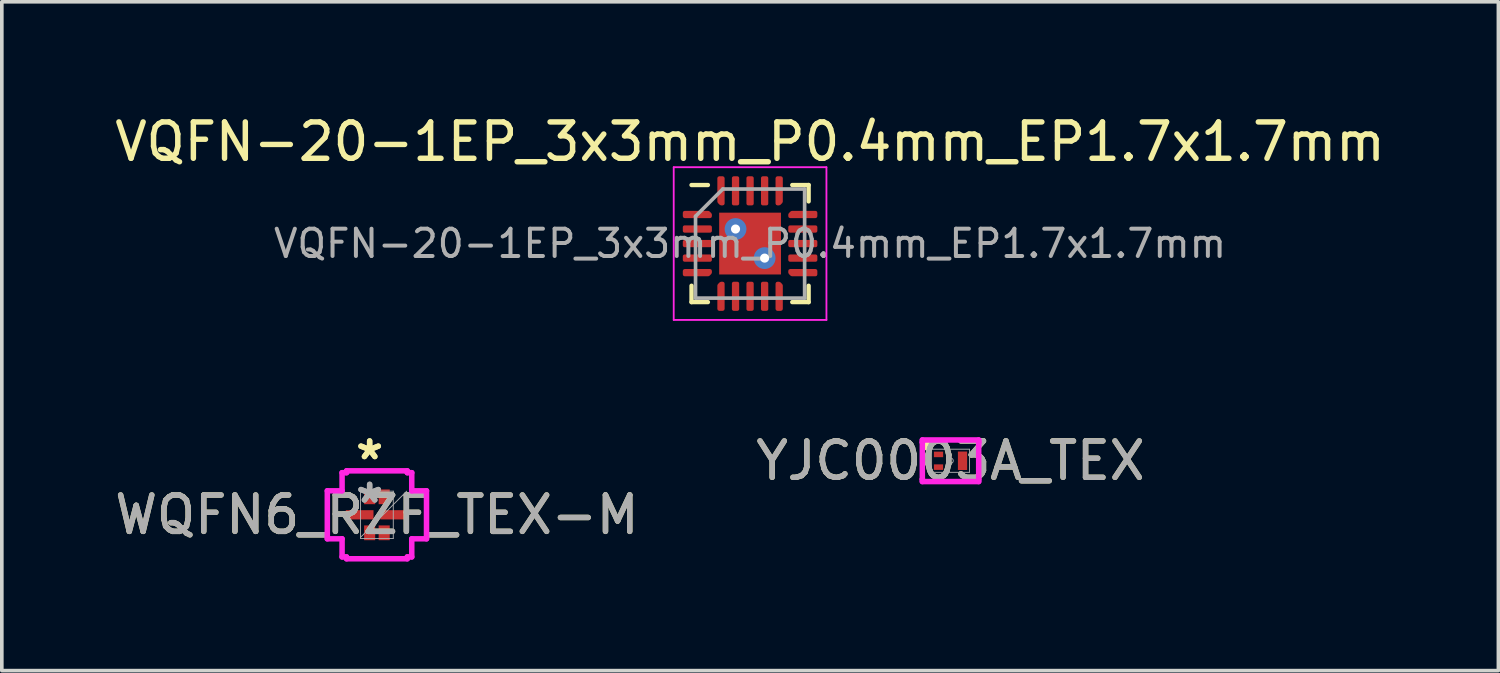
<source format=kicad_pcb>
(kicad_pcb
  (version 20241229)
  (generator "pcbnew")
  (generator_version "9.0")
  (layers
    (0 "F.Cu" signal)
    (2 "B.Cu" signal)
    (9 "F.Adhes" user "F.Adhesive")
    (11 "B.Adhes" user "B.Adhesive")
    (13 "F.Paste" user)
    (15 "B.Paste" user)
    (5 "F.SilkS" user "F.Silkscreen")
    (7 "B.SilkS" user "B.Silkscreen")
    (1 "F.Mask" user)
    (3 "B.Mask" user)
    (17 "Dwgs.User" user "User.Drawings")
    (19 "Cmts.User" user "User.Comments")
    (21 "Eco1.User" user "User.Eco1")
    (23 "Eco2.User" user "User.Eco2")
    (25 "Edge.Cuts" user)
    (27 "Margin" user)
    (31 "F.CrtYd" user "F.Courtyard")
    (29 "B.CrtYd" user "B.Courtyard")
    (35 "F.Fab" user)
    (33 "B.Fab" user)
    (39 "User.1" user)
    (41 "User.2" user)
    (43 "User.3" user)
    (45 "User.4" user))
  (footprint "WQFN6_RZF_TEX-M"
    (layer "F.Cu")
    (at 7.315 11.107)
    (property "Reference" "WQFN6_RZF_TEX-M" (at 0 0 0) (unlocked yes) (layer "F.SilkS") (effects (font (size 1 1) (thickness 0.15))))
    (attr smd)
    (fp_line (start -1.364 -0.66) (end -0.958 -0.66) (stroke (width 0.152) (type solid)) (layer "F.CrtYd"))
    (fp_line (start -1.364 0.66) (end -1.364 -0.66) (stroke (width 0.152) (type solid)) (layer "F.CrtYd"))
    (fp_line (start -0.958 -1.158) (end -0.835 -1.158) (stroke (width 0.152) (type solid)) (layer "F.CrtYd"))
    (fp_line (start -0.958 -0.66) (end -0.958 -1.158) (stroke (width 0.152) (type solid)) (layer "F.CrtYd"))
    (fp_line (start -0.958 0.66) (end -1.364 0.66) (stroke (width 0.152) (type solid)) (layer "F.CrtYd"))
    (fp_line (start -0.958 1.158) (end -0.958 0.66) (stroke (width 0.152) (type solid)) (layer "F.CrtYd"))
    (fp_line (start -0.958 1.158) (end -0.835 1.158) (stroke (width 0.152) (type solid)) (layer "F.CrtYd"))
    (fp_line (start -0.835 -1.209) (end 0.835 -1.209) (stroke (width 0.152) (type solid)) (layer "F.CrtYd"))
    (fp_line (start -0.835 -1.158) (end -0.835 -1.209) (stroke (width 0.152) (type solid)) (layer "F.CrtYd"))
    (fp_line (start -0.835 1.158) (end -0.835 1.209) (stroke (width 0.152) (type solid)) (layer "F.CrtYd"))
    (fp_line (start -0.835 1.209) (end 0.835 1.209) (stroke (width 0.152) (type solid)) (layer "F.CrtYd"))
    (fp_line (start 0.835 -1.209) (end 0.835 -1.158) (stroke (width 0.152) (type solid)) (layer "F.CrtYd"))
    (fp_line (start 0.835 -1.158) (end 0.958 -1.158) (stroke (width 0.152) (type solid)) (layer "F.CrtYd"))
    (fp_line (start 0.835 1.158) (end 0.958 1.158) (stroke (width 0.152) (type solid)) (layer "F.CrtYd"))
    (fp_line (start 0.835 1.209) (end 0.835 1.158) (stroke (width 0.152) (type solid)) (layer "F.CrtYd"))
    (fp_line (start 0.958 -0.66) (end 0.958 -1.158) (stroke (width 0.152) (type solid)) (layer "F.CrtYd"))
    (fp_line (start 0.958 0.66) (end 1.364 0.66) (stroke (width 0.152) (type solid)) (layer "F.CrtYd"))
    (fp_line (start 0.958 1.158) (end 0.958 0.66) (stroke (width 0.152) (type solid)) (layer "F.CrtYd"))
    (fp_line (start 1.364 -0.66) (end 0.958 -0.66) (stroke (width 0.152) (type solid)) (layer "F.CrtYd"))
    (fp_line (start 1.364 0.66) (end 1.364 -0.66) (stroke (width 0.152) (type solid)) (layer "F.CrtYd"))
    (fp_line (start -0.45 -0.65) (end -0.45 0.65) (stroke (width 0.025) (type solid)) (layer "F.Fab"))
    (fp_line (start -0.45 0.62) (end 0.82 -0.65) (stroke (width 0.025) (type solid)) (layer "F.Fab"))
    (fp_line (start -0.45 0.65) (end 0.45 0.65) (stroke (width 0.025) (type solid)) (layer "F.Fab"))
    (fp_line (start 0.45 -0.65) (end -0.45 -0.65) (stroke (width 0.025) (type solid)) (layer "F.Fab"))
    (fp_line (start 0.45 0.65) (end 0.45 -0.65) (stroke (width 0.025) (type solid)) (layer "F.Fab"))
    (fp_text user "*" (at -0.2 -1.486 0) (layer "F.SilkS") (effects (font (size 1 1) (thickness 0.15))))
    (fp_text user "*" (at -0.2 -1.486 0) (unlocked yes) (layer "F.SilkS") (effects (font (size 1 1) (thickness 0.15))))
    (fp_text user "*" (at -0.2 -0.292 0) (unlocked yes) (layer "F.Fab") (effects (font (size 1 1) (thickness 0.15))))
    (fp_text user "${REFERENCE}" (at 0 0 0) (unlocked yes) (layer "F.Fab") (effects (font (size 1 1) (thickness 0.15))))
    (fp_text user "*" (at -0.2 -0.292 0) (layer "F.Fab") (effects (font (size 1 1) (thickness 0.15))))
    (pad "1" smd rect (at -0.2 -0.495) (size 0.305 0.406) (layers "F.Cu" "F.Mask" "F.Paste"))
    (pad "2" smd rect (at -0.475 0 90) (size 0.254 0.762) (layers "F.Cu" "F.Mask" "F.Paste"))
    (pad "3" smd rect (at -0.2 0.495) (size 0.305 0.406) (layers "F.Cu" "F.Mask" "F.Paste"))
    (pad "4" smd rect (at 0.2 0.495) (size 0.305 0.406) (layers "F.Cu" "F.Mask" "F.Paste"))
    (pad "5" smd rect (at 0.475 0 90) (size 0.254 0.762) (layers "F.Cu" "F.Mask" "F.Paste"))
    (pad "6" smd rect (at 0.2 -0.495) (size 0.305 0.406) (layers "F.Cu" "F.Mask" "F.Paste")))
  (footprint "VQFN-20-1EP_3x3mm_P0.4mm_EP1.7x1.7mm"
    (layer "F.Cu")
    (at 17.577 3.648)
    (property "Reference" "VQFN-20-1EP_3x3mm_P0.4mm_EP1.7x1.7mm" (at 0 -2.8 0) (layer "F.SilkS") (effects (font (size 1 1) (thickness 0.15))))
    (attr smd)
    (fp_line (start -1.61 1.61) (end -1.61 1.16) (stroke (width 0.12) (type solid)) (layer "F.SilkS"))
    (fp_line (start -1.16 -1.61) (end -1.61 -1.61) (stroke (width 0.12) (type solid)) (layer "F.SilkS"))
    (fp_line (start -1.16 1.61) (end -1.61 1.61) (stroke (width 0.12) (type solid)) (layer "F.SilkS"))
    (fp_line (start 1.16 -1.61) (end 1.61 -1.61) (stroke (width 0.12) (type solid)) (layer "F.SilkS"))
    (fp_line (start 1.16 1.61) (end 1.61 1.61) (stroke (width 0.12) (type solid)) (layer "F.SilkS"))
    (fp_line (start 1.61 -1.61) (end 1.61 -1.16) (stroke (width 0.12) (type solid)) (layer "F.SilkS"))
    (fp_line (start 1.61 1.61) (end 1.61 1.16) (stroke (width 0.12) (type solid)) (layer "F.SilkS"))
    (fp_line (start -2.1 -2.1) (end -2.1 2.1) (stroke (width 0.05) (type solid)) (layer "F.CrtYd"))
    (fp_line (start -2.1 2.1) (end 2.1 2.1) (stroke (width 0.05) (type solid)) (layer "F.CrtYd"))
    (fp_line (start 2.1 -2.1) (end -2.1 -2.1) (stroke (width 0.05) (type solid)) (layer "F.CrtYd"))
    (fp_line (start 2.1 2.1) (end 2.1 -2.1) (stroke (width 0.05) (type solid)) (layer "F.CrtYd"))
    (fp_line (start -1.5 -0.75) (end -0.75 -1.5) (stroke (width 0.1) (type solid)) (layer "F.Fab"))
    (fp_line (start -1.5 1.5) (end -1.5 -0.75) (stroke (width 0.1) (type solid)) (layer "F.Fab"))
    (fp_line (start -0.75 -1.5) (end 1.5 -1.5) (stroke (width 0.1) (type solid)) (layer "F.Fab"))
    (fp_line (start 1.5 -1.5) (end 1.5 1.5) (stroke (width 0.1) (type solid)) (layer "F.Fab"))
    (fp_line (start 1.5 1.5) (end -1.5 1.5) (stroke (width 0.1) (type solid)) (layer "F.Fab"))
    (fp_text user "${REFERENCE}" (at 0 0 0) (layer "F.Fab") (effects (font (size 0.75 0.75) (thickness 0.11))))
    (pad "" smd roundrect (at -0.425 -0.425) (size 0.69 0.69) (layers "F.Paste") (roundrect_rratio 0.25))
    (pad "" smd roundrect (at -0.425 0.425) (size 0.69 0.69) (layers "F.Paste") (roundrect_rratio 0.25))
    (pad "" smd roundrect (at 0.425 -0.425) (size 0.69 0.69) (layers "F.Paste") (roundrect_rratio 0.25))
    (pad "" smd roundrect (at 0.425 0.425) (size 0.69 0.69) (layers "F.Paste") (roundrect_rratio 0.25))
    (pad "1" smd custom (at -1.45 -0.8) (size 0.143 0.143) (layers "F.Cu" "F.Mask" "F.Paste") (options (anchor circle)) (primitives (gr_poly (pts (xy 0.35 0.001) (xy 0.35 0.05) (xy -0.35 0.05) (xy -0.35 -0.05) (xy 0.299 -0.05)) (width 0.1) (fill yes))))
    (pad "2" smd roundrect (at -1.45 -0.4) (size 0.8 0.2) (layers "F.Cu" "F.Mask" "F.Paste") (roundrect_rratio 0.25))
    (pad "3" smd roundrect (at -1.45 0) (size 0.8 0.2) (layers "F.Cu" "F.Mask" "F.Paste") (roundrect_rratio 0.25))
    (pad "4" smd roundrect (at -1.45 0.4) (size 0.8 0.2) (layers "F.Cu" "F.Mask" "F.Paste") (roundrect_rratio 0.25))
    (pad "5" smd custom (at -1.45 0.8) (size 0.143 0.143) (layers "F.Cu" "F.Mask" "F.Paste") (options (anchor circle)) (primitives (gr_poly (pts (xy 0.35 -0.001) (xy 0.299 0.05) (xy -0.35 0.05) (xy -0.35 -0.05) (xy 0.35 -0.05)) (width 0.1) (fill yes))))
    (pad "6" smd custom (at -0.8 1.45) (size 0.143 0.143) (layers "F.Cu" "F.Mask" "F.Paste") (options (anchor circle)) (primitives (gr_poly (pts (xy 0.05 0.35) (xy -0.05 0.35) (xy -0.05 -0.299) (xy 0.001 -0.35) (xy 0.05 -0.35)) (width 0.1) (fill yes))))
    (pad "7" smd roundrect (at -0.4 1.45) (size 0.2 0.8) (layers "F.Cu" "F.Mask" "F.Paste") (roundrect_rratio 0.25))
    (pad "8" smd roundrect (at 0 1.45) (size 0.2 0.8) (layers "F.Cu" "F.Mask" "F.Paste") (roundrect_rratio 0.25))
    (pad "9" smd roundrect (at 0.4 1.45) (size 0.2 0.8) (layers "F.Cu" "F.Mask" "F.Paste") (roundrect_rratio 0.25))
    (pad "10" smd custom (at 0.8 1.45) (size 0.143 0.143) (layers "F.Cu" "F.Mask" "F.Paste") (options (anchor circle)) (primitives (gr_poly (pts (xy 0.05 -0.299) (xy 0.05 0.35) (xy -0.05 0.35) (xy -0.05 -0.35) (xy -0.001 -0.35)) (width 0.1) (fill yes))))
    (pad "11" smd custom (at 1.45 0.8) (size 0.143 0.143) (layers "F.Cu" "F.Mask" "F.Paste") (options (anchor circle)) (primitives (gr_poly (pts (xy 0.35 0.05) (xy -0.299 0.05) (xy -0.35 -0.001) (xy -0.35 -0.05) (xy 0.35 -0.05)) (width 0.1) (fill yes))))
    (pad "12" smd roundrect (at 1.45 0.4) (size 0.8 0.2) (layers "F.Cu" "F.Mask" "F.Paste") (roundrect_rratio 0.25))
    (pad "13" smd roundrect (at 1.45 0) (size 0.8 0.2) (layers "F.Cu" "F.Mask" "F.Paste") (roundrect_rratio 0.25))
    (pad "14" smd roundrect (at 1.45 -0.4) (size 0.8 0.2) (layers "F.Cu" "F.Mask" "F.Paste") (roundrect_rratio 0.25))
    (pad "15" smd custom (at 1.45 -0.8) (size 0.143 0.143) (layers "F.Cu" "F.Mask" "F.Paste") (options (anchor circle)) (primitives (gr_poly (pts (xy 0.35 0.05) (xy -0.35 0.05) (xy -0.35 0.001) (xy -0.299 -0.05) (xy 0.35 -0.05)) (width 0.1) (fill yes))))
    (pad "16" smd custom (at 0.8 -1.45) (size 0.143 0.143) (layers "F.Cu" "F.Mask" "F.Paste") (options (anchor circle)) (primitives (gr_poly (pts (xy 0.05 0.299) (xy -0.001 0.35) (xy -0.05 0.35) (xy -0.05 -0.35) (xy 0.05 -0.35)) (width 0.1) (fill yes))))
    (pad "17" smd roundrect (at 0.4 -1.45) (size 0.2 0.8) (layers "F.Cu" "F.Mask" "F.Paste") (roundrect_rratio 0.25))
    (pad "18" smd roundrect (at 0 -1.45) (size 0.2 0.8) (layers "F.Cu" "F.Mask" "F.Paste") (roundrect_rratio 0.25))
    (pad "19" smd roundrect (at -0.4 -1.45) (size 0.2 0.8) (layers "F.Cu" "F.Mask" "F.Paste") (roundrect_rratio 0.25))
    (pad "20" smd custom (at -0.8 -1.45) (size 0.143 0.143) (layers "F.Cu" "F.Mask" "F.Paste") (options (anchor circle)) (primitives (gr_poly (pts (xy 0.05 0.35) (xy 0.001 0.35) (xy -0.05 0.299) (xy -0.05 -0.35) (xy 0.05 -0.35)) (width 0.1) (fill yes))))
    (pad "21" thru_hole circle (at -0.4 -0.4) (size 0.6 0.6) (drill 0.25) (layers "*.Cu" "*.Mask"))
    (pad "21" smd rect (at 0 0) (size 1.7 1.7) (layers "F.Cu" "F.Mask"))
    (pad "21" thru_hole circle (at 0.4 0.4) (size 0.6 0.6) (drill 0.25) (layers "*.Cu" "*.Mask")))
  (footprint "YJC0003A_TEX"
    (layer "F.Cu")
    (at 23.089 9.621)
    (property "Reference" "YJC0003A_TEX" (at 0 0 0) (unlocked yes) (layer "F.SilkS") (effects (font (size 1 1) (thickness 0.15))))
    (attr smd)
    (fp_circle (center -0.635 -0.432) (end -0.559 -0.432) (stroke (width 0.152) (type solid)) (fill no) (layer "F.SilkS"))
    (fp_line (start -0.775 -0.572) (end 0.775 -0.572) (stroke (width 0.152) (type solid)) (layer "F.CrtYd"))
    (fp_line (start -0.775 -0.508) (end -0.775 -0.572) (stroke (width 0.152) (type solid)) (layer "F.CrtYd"))
    (fp_line (start -0.775 -0.508) (end -0.775 -0.508) (stroke (width 0.152) (type solid)) (layer "F.CrtYd"))
    (fp_line (start -0.775 0.508) (end -0.775 -0.508) (stroke (width 0.152) (type solid)) (layer "F.CrtYd"))
    (fp_line (start -0.775 0.508) (end -0.775 0.508) (stroke (width 0.152) (type solid)) (layer "F.CrtYd"))
    (fp_line (start -0.775 0.572) (end -0.775 0.508) (stroke (width 0.152) (type solid)) (layer "F.CrtYd"))
    (fp_line (start 0.775 -0.572) (end 0.775 -0.508) (stroke (width 0.152) (type solid)) (layer "F.CrtYd"))
    (fp_line (start 0.775 -0.508) (end 0.775 -0.508) (stroke (width 0.152) (type solid)) (layer "F.CrtYd"))
    (fp_line (start 0.775 -0.508) (end 0.775 0.508) (stroke (width 0.152) (type solid)) (layer "F.CrtYd"))
    (fp_line (start 0.775 0.508) (end 0.775 0.508) (stroke (width 0.152) (type solid)) (layer "F.CrtYd"))
    (fp_line (start 0.775 0.508) (end 0.775 0.572) (stroke (width 0.152) (type solid)) (layer "F.CrtYd"))
    (fp_line (start 0.775 0.572) (end -0.775 0.572) (stroke (width 0.152) (type solid)) (layer "F.CrtYd"))
    (fp_line (start -0.521 -0.318) (end -0.521 0.318) (stroke (width 0.025) (type solid)) (layer "F.Fab"))
    (fp_line (start -0.521 0.318) (end 0.521 0.318) (stroke (width 0.025) (type solid)) (layer "F.Fab"))
    (fp_line (start 0.521 -0.318) (end -0.521 -0.318) (stroke (width 0.025) (type solid)) (layer "F.Fab"))
    (fp_line (start 0.521 0.318) (end 0.521 -0.318) (stroke (width 0.025) (type solid)) (layer "F.Fab"))
    (fp_circle (center 0 0) (end 0.076 0) (stroke (width 0.025) (type solid)) (fill no) (layer "F.Fab"))
    (fp_text user "${REFERENCE}" (at 0 0 0) (unlocked yes) (layer "F.Fab") (effects (font (size 1 1) (thickness 0.15))))
    (pad "1" smd rect (at -0.33 -0.175) (size 0.254 0.152) (layers "F.Cu" "F.Mask" "F.Paste"))
    (pad "2" smd rect (at -0.33 0.175) (size 0.254 0.152) (layers "F.Cu" "F.Mask" "F.Paste"))
    (pad "3" smd rect (at 0.33 0) (size 0.254 0.508) (layers "F.Cu" "F.Mask" "F.Paste")))
  (gr_rect
    (start -3 -3)
    (end 38.155 15.392)
    (stroke (width 0.1) (type default))
    (fill no)
    (layer "Edge.Cuts")))
</source>
